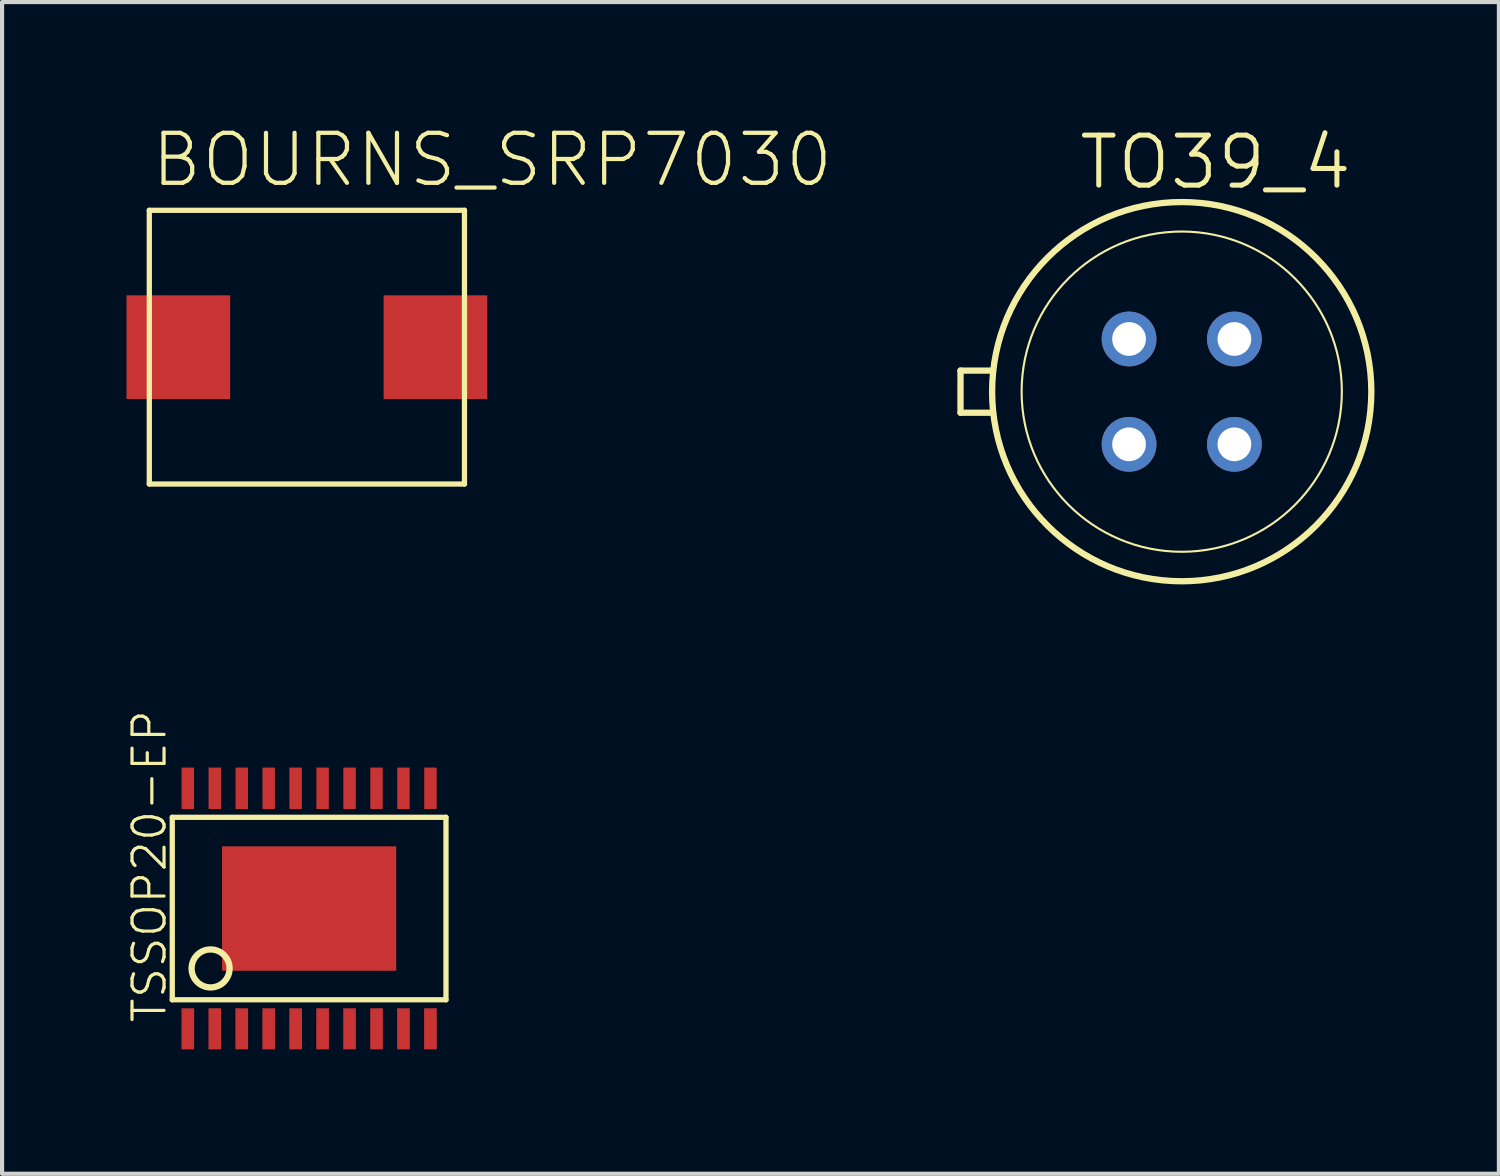
<source format=kicad_pcb>
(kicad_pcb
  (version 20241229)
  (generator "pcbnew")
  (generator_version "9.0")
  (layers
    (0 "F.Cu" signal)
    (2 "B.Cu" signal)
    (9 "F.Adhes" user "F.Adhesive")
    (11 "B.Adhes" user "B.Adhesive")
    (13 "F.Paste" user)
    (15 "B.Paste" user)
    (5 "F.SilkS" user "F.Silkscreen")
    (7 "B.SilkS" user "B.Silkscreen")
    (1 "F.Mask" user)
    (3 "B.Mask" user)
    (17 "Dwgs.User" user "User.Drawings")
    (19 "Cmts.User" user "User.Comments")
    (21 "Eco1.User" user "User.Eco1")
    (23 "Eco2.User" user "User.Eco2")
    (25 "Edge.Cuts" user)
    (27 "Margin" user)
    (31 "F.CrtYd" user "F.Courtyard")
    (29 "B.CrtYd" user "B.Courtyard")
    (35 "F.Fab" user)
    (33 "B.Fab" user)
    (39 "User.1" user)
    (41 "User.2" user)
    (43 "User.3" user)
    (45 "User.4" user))
  (footprint "TSSOP20-EP"
    (layer "F.Cu")
    (at 4.404 18.858)
    (property "Reference" "TSSOP20-EP" (at -3.4 2.8 270) (layer "F.SilkS") (effects (font (size 0.772 0.772) (thickness 0.077)) (justify left bottom)))
    (attr through_hole)
    (fp_line (start -3.3 -2.2) (end 3.3 -2.2) (stroke (width 0.127) (type solid)) (layer "F.SilkS"))
    (fp_line (start -3.3 2.2) (end -3.3 -2.2) (stroke (width 0.127) (type solid)) (layer "F.SilkS"))
    (fp_line (start 3.3 -2.2) (end 3.3 2.2) (stroke (width 0.127) (type solid)) (layer "F.SilkS"))
    (fp_line (start 3.3 2.2) (end -3.3 2.2) (stroke (width 0.127) (type solid)) (layer "F.SilkS"))
    (fp_circle (center -2.376 1.444) (end -1.918 1.444) (stroke (width 0.152) (type solid)) (fill no) (layer "F.SilkS"))
    (pad "1" smd rect (at -2.925 2.9) (size 0.305 0.991) (layers "F.Cu" "F.Mask" "F.Paste"))
    (pad "2" smd rect (at -2.275 2.9) (size 0.305 0.991) (layers "F.Cu" "F.Mask" "F.Paste"))
    (pad "3" smd rect (at -1.625 2.9) (size 0.305 0.991) (layers "F.Cu" "F.Mask" "F.Paste"))
    (pad "4" smd rect (at -0.975 2.9) (size 0.305 0.991) (layers "F.Cu" "F.Mask" "F.Paste"))
    (pad "5" smd rect (at -0.325 2.9) (size 0.305 0.991) (layers "F.Cu" "F.Mask" "F.Paste"))
    (pad "6" smd rect (at 0.325 2.9) (size 0.305 0.991) (layers "F.Cu" "F.Mask" "F.Paste"))
    (pad "7" smd rect (at 0.975 2.9) (size 0.305 0.991) (layers "F.Cu" "F.Mask" "F.Paste"))
    (pad "8" smd rect (at 1.625 2.9) (size 0.305 0.991) (layers "F.Cu" "F.Mask" "F.Paste"))
    (pad "9" smd rect (at 2.275 2.9) (size 0.305 0.991) (layers "F.Cu" "F.Mask" "F.Paste"))
    (pad "10" smd rect (at 2.925 2.9) (size 0.305 0.991) (layers "F.Cu" "F.Mask" "F.Paste"))
    (pad "11" smd rect (at 2.925 -2.9) (size 0.3 1) (layers "F.Cu" "F.Mask" "F.Paste"))
    (pad "12" smd rect (at 2.275 -2.9) (size 0.3 1) (layers "F.Cu" "F.Mask" "F.Paste"))
    (pad "13" smd rect (at 1.625 -2.9) (size 0.3 1) (layers "F.Cu" "F.Mask" "F.Paste"))
    (pad "14" smd rect (at 0.975 -2.9) (size 0.3 1) (layers "F.Cu" "F.Mask" "F.Paste"))
    (pad "15" smd rect (at 0.325 -2.9) (size 0.3 1) (layers "F.Cu" "F.Mask" "F.Paste"))
    (pad "16" smd rect (at -0.325 -2.9) (size 0.3 1) (layers "F.Cu" "F.Mask" "F.Paste"))
    (pad "17" smd rect (at -0.975 -2.9) (size 0.3 1) (layers "F.Cu" "F.Mask" "F.Paste"))
    (pad "18" smd rect (at -1.625 -2.9) (size 0.3 1) (layers "F.Cu" "F.Mask" "F.Paste"))
    (pad "19" smd rect (at -2.275 -2.9) (size 0.3 1) (layers "F.Cu" "F.Mask" "F.Paste"))
    (pad "20" smd rect (at -2.925 -2.9) (size 0.3 1) (layers "F.Cu" "F.Mask" "F.Paste"))
    (pad "EP" smd rect (at 0 0) (size 4.2 3) (layers "F.Cu" "F.Mask" "F.Paste")))
  (footprint "TO39_4"
    (layer "F.Cu")
    (at 25.445 6.394)
    (property "Reference" "TO39_4" (at -2.54 -4.826 180) (layer "F.SilkS") (effects (font (size 1.206 1.206) (thickness 0.121)) (justify left bottom)))
    (attr through_hole)
    (fp_line (start -5.334 0.508) (end -5.334 -0.508) (stroke (width 0.152) (type solid)) (layer "F.SilkS"))
    (fp_line (start -5.334 0.508) (end -4.572 0.508) (stroke (width 0.152) (type solid)) (layer "F.SilkS"))
    (fp_line (start -4.572 -0.508) (end -5.334 -0.508) (stroke (width 0.152) (type solid)) (layer "F.SilkS"))
    (fp_circle (center 0 0) (end 3.861 0) (stroke (width 0.051) (type solid)) (fill no) (layer "F.SilkS"))
    (fp_circle (center 0 0) (end 4.572 0) (stroke (width 0.152) (type solid)) (fill no) (layer "F.SilkS"))
    (pad "1" thru_hole circle (at -1.27 1.27) (size 1.321 1.321) (drill 0.813) (layers "*.Cu" "*.Mask"))
    (pad "2" thru_hole circle (at 1.27 1.27) (size 1.321 1.321) (drill 0.813) (layers "*.Cu" "*.Mask"))
    (pad "3" thru_hole circle (at 1.27 -1.27) (size 1.321 1.321) (drill 0.813) (layers "*.Cu" "*.Mask"))
    (pad "4" thru_hole circle (at -1.27 -1.27) (size 1.321 1.321) (drill 0.813) (layers "*.Cu" "*.Mask")))
  (footprint "BOURNS_SRP7030"
    (layer "F.Cu")
    (at 4.35 5.321)
    (property "Reference" "BOURNS_SRP7030" (at -3.81 -3.81 0) (layer "F.SilkS") (effects (font (size 1.206 1.206) (thickness 0.102)) (justify left bottom)))
    (attr through_hole)
    (fp_line (start -3.8 -3.3) (end -3.8 3.3) (stroke (width 0.127) (type solid)) (layer "F.SilkS"))
    (fp_line (start -3.8 3.3) (end 3.8 3.3) (stroke (width 0.127) (type solid)) (layer "F.SilkS"))
    (fp_line (start 3.8 -3.3) (end -3.8 -3.3) (stroke (width 0.127) (type solid)) (layer "F.SilkS"))
    (fp_line (start 3.8 3.3) (end 3.8 -3.3) (stroke (width 0.127) (type solid)) (layer "F.SilkS"))
    (pad "P$1" smd rect (at 3.1 0) (size 2.5 2.5) (layers "F.Cu" "F.Mask" "F.Paste"))
    (pad "P$2" smd rect (at -3.1 0) (size 2.5 2.5) (layers "F.Cu" "F.Mask" "F.Paste")))
  (gr_rect
    (start -3 -3)
    (end 33.093 25.253)
    (stroke (width 0.1) (type default))
    (fill no)
    (layer "Edge.Cuts")))
</source>
